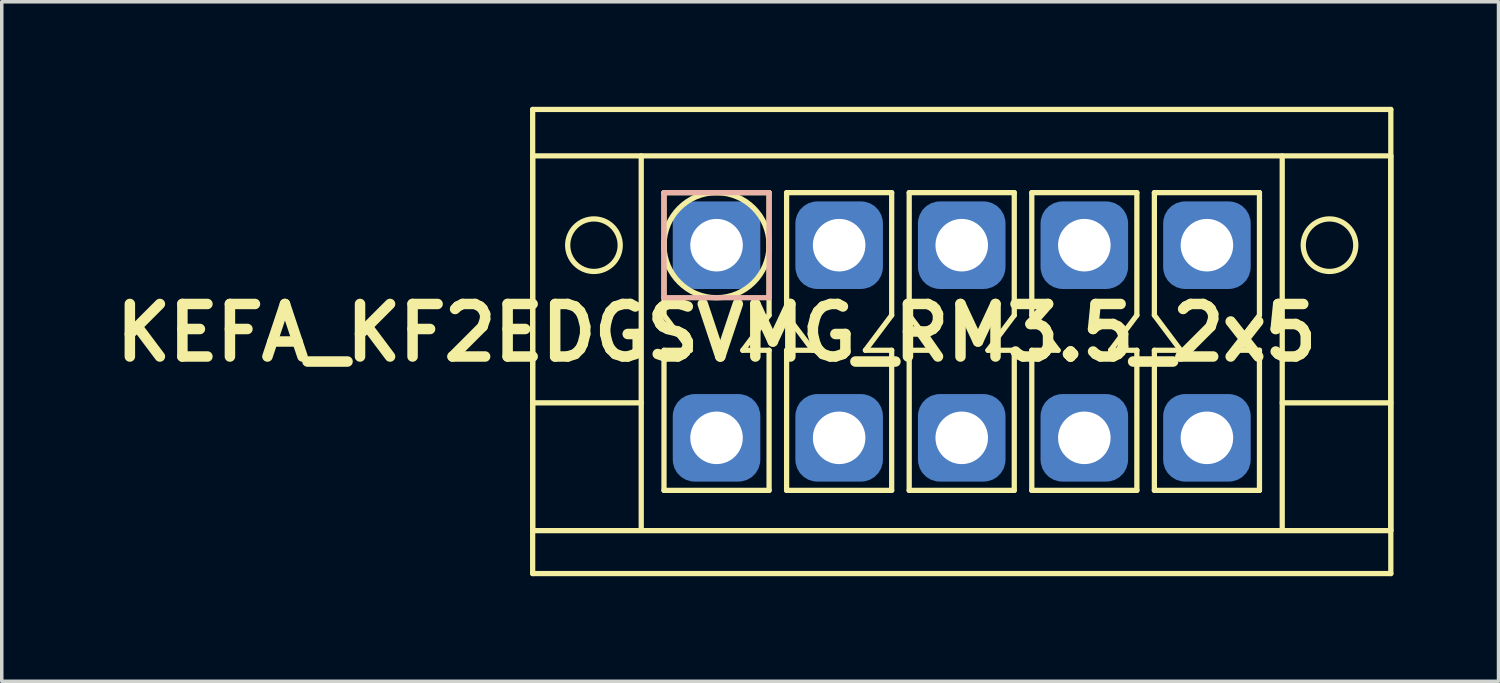
<source format=kicad_pcb>
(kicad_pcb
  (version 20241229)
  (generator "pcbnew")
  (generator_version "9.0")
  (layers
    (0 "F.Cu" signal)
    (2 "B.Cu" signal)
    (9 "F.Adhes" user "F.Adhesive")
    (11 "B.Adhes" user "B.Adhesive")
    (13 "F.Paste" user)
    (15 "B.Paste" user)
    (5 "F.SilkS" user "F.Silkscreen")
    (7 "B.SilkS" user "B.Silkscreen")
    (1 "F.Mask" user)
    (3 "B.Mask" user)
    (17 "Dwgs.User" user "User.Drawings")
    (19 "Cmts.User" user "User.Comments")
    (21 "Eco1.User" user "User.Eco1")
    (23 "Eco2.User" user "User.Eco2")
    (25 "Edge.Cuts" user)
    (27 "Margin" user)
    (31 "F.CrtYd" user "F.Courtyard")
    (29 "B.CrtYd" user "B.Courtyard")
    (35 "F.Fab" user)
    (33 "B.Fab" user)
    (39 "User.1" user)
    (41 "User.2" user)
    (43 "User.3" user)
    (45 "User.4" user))
  (footprint "KEFA_KF2EDGSVMG_RM3.5_2x5"
    (layer "F.Cu")
    (at 17.407 3.95)
    (property "Reference" "KEFA_KF2EDGSVMG_RM3.5_2x5" (at 0 2.5 0) (layer "F.SilkS") (effects (font (size 1.5 1.5) (thickness 0.3))))
    (attr through_hole)
    (fp_line (start -5.25 -3.875) (end 19.25 -3.875) (stroke (width 0.15) (type solid)) (layer "F.SilkS"))
    (fp_line (start -5.25 -2.55) (end 19.25 -2.55) (stroke (width 0.15) (type solid)) (layer "F.SilkS"))
    (fp_line (start -5.25 4.5) (end -2.15 4.5) (stroke (width 0.15) (type solid)) (layer "F.SilkS"))
    (fp_line (start -5.25 8.15) (end -5.25 -2.55) (stroke (width 0.15) (type solid)) (layer "F.SilkS"))
    (fp_line (start -5.25 9.375) (end -5.25 -3.875) (stroke (width 0.15) (type solid)) (layer "F.SilkS"))
    (fp_line (start -2.15 -2.55) (end -2.15 8.05) (stroke (width 0.15) (type solid)) (layer "F.SilkS"))
    (fp_line (start -1.5 -1.5) (end -1.5 2) (stroke (width 0.15) (type solid)) (layer "F.SilkS"))
    (fp_line (start -1.5 -1.5) (end 1.5 -1.5) (stroke (width 0.15) (type solid)) (layer "F.SilkS"))
    (fp_line (start -1.5 2) (end -0.75 3) (stroke (width 0.15) (type solid)) (layer "F.SilkS"))
    (fp_line (start -1.5 3) (end -1.5 7) (stroke (width 0.15) (type solid)) (layer "F.SilkS"))
    (fp_line (start -1.5 7) (end 1.5 7) (stroke (width 0.15) (type solid)) (layer "F.SilkS"))
    (fp_line (start -0.75 3) (end -1.5 3) (stroke (width 0.15) (type solid)) (layer "F.SilkS"))
    (fp_line (start 0.75 3) (end 1.5 3) (stroke (width 0.15) (type solid)) (layer "F.SilkS"))
    (fp_line (start 1.5 -1.5) (end 1.5 2) (stroke (width 0.15) (type solid)) (layer "F.SilkS"))
    (fp_line (start 1.5 2) (end 0.75 3) (stroke (width 0.15) (type solid)) (layer "F.SilkS"))
    (fp_line (start 1.5 3) (end 1.5 7) (stroke (width 0.15) (type solid)) (layer "F.SilkS"))
    (fp_line (start 2 -1.5) (end 2 2) (stroke (width 0.15) (type solid)) (layer "F.SilkS"))
    (fp_line (start 2 -1.5) (end 5 -1.5) (stroke (width 0.15) (type solid)) (layer "F.SilkS"))
    (fp_line (start 2 2) (end 2.75 3) (stroke (width 0.15) (type solid)) (layer "F.SilkS"))
    (fp_line (start 2 3) (end 2 7) (stroke (width 0.15) (type solid)) (layer "F.SilkS"))
    (fp_line (start 2 7) (end 5 7) (stroke (width 0.15) (type solid)) (layer "F.SilkS"))
    (fp_line (start 2.75 3) (end 2 3) (stroke (width 0.15) (type solid)) (layer "F.SilkS"))
    (fp_line (start 4.25 3) (end 5 3) (stroke (width 0.15) (type solid)) (layer "F.SilkS"))
    (fp_line (start 5 -1.5) (end 5 2) (stroke (width 0.15) (type solid)) (layer "F.SilkS"))
    (fp_line (start 5 2) (end 4.25 3) (stroke (width 0.15) (type solid)) (layer "F.SilkS"))
    (fp_line (start 5 3) (end 5 7) (stroke (width 0.15) (type solid)) (layer "F.SilkS"))
    (fp_line (start 5.5 -1.5) (end 5.5 2) (stroke (width 0.15) (type solid)) (layer "F.SilkS"))
    (fp_line (start 5.5 -1.5) (end 8.5 -1.5) (stroke (width 0.15) (type solid)) (layer "F.SilkS"))
    (fp_line (start 5.5 2) (end 6.25 3) (stroke (width 0.15) (type solid)) (layer "F.SilkS"))
    (fp_line (start 5.5 3) (end 5.5 7) (stroke (width 0.15) (type solid)) (layer "F.SilkS"))
    (fp_line (start 5.5 7) (end 8.5 7) (stroke (width 0.15) (type solid)) (layer "F.SilkS"))
    (fp_line (start 6.25 3) (end 5.5 3) (stroke (width 0.15) (type solid)) (layer "F.SilkS"))
    (fp_line (start 7.75 3) (end 8.5 3) (stroke (width 0.15) (type solid)) (layer "F.SilkS"))
    (fp_line (start 8.5 -1.5) (end 8.5 2) (stroke (width 0.15) (type solid)) (layer "F.SilkS"))
    (fp_line (start 8.5 2) (end 7.75 3) (stroke (width 0.15) (type solid)) (layer "F.SilkS"))
    (fp_line (start 8.5 3) (end 8.5 7) (stroke (width 0.15) (type solid)) (layer "F.SilkS"))
    (fp_line (start 9 -1.5) (end 9 2) (stroke (width 0.15) (type solid)) (layer "F.SilkS"))
    (fp_line (start 9 -1.5) (end 12 -1.5) (stroke (width 0.15) (type solid)) (layer "F.SilkS"))
    (fp_line (start 9 2) (end 9.75 3) (stroke (width 0.15) (type solid)) (layer "F.SilkS"))
    (fp_line (start 9 3) (end 9 7) (stroke (width 0.15) (type solid)) (layer "F.SilkS"))
    (fp_line (start 9 7) (end 12 7) (stroke (width 0.15) (type solid)) (layer "F.SilkS"))
    (fp_line (start 9.75 3) (end 9 3) (stroke (width 0.15) (type solid)) (layer "F.SilkS"))
    (fp_line (start 11.25 3) (end 12 3) (stroke (width 0.15) (type solid)) (layer "F.SilkS"))
    (fp_line (start 12 -1.5) (end 12 2) (stroke (width 0.15) (type solid)) (layer "F.SilkS"))
    (fp_line (start 12 2) (end 11.25 3) (stroke (width 0.15) (type solid)) (layer "F.SilkS"))
    (fp_line (start 12 3) (end 12 7) (stroke (width 0.15) (type solid)) (layer "F.SilkS"))
    (fp_line (start 12.5 -1.5) (end 12.5 2) (stroke (width 0.15) (type solid)) (layer "F.SilkS"))
    (fp_line (start 12.5 -1.5) (end 15.5 -1.5) (stroke (width 0.15) (type solid)) (layer "F.SilkS"))
    (fp_line (start 12.5 2) (end 13.25 3) (stroke (width 0.15) (type solid)) (layer "F.SilkS"))
    (fp_line (start 12.5 3) (end 12.5 7) (stroke (width 0.15) (type solid)) (layer "F.SilkS"))
    (fp_line (start 12.5 7) (end 15.5 7) (stroke (width 0.15) (type solid)) (layer "F.SilkS"))
    (fp_line (start 13.25 3) (end 12.5 3) (stroke (width 0.15) (type solid)) (layer "F.SilkS"))
    (fp_line (start 14.75 3) (end 15.5 3) (stroke (width 0.15) (type solid)) (layer "F.SilkS"))
    (fp_line (start 15.5 -1.5) (end 15.5 2) (stroke (width 0.15) (type solid)) (layer "F.SilkS"))
    (fp_line (start 15.5 2) (end 14.75 3) (stroke (width 0.15) (type solid)) (layer "F.SilkS"))
    (fp_line (start 15.5 3) (end 15.5 7) (stroke (width 0.15) (type solid)) (layer "F.SilkS"))
    (fp_line (start 16.15 -2.55) (end 16.15 8.05) (stroke (width 0.15) (type solid)) (layer "F.SilkS"))
    (fp_line (start 19.25 -3.875) (end 19.25 9.375) (stroke (width 0.15) (type solid)) (layer "F.SilkS"))
    (fp_line (start 19.25 -2.55) (end 19.25 8.15) (stroke (width 0.15) (type solid)) (layer "F.SilkS"))
    (fp_line (start 19.25 4.5) (end 16.15 4.5) (stroke (width 0.15) (type solid)) (layer "F.SilkS"))
    (fp_line (start 19.25 8.15) (end -5.25 8.15) (stroke (width 0.15) (type solid)) (layer "F.SilkS"))
    (fp_line (start 19.25 9.375) (end -5.25 9.375) (stroke (width 0.15) (type solid)) (layer "F.SilkS"))
    (fp_circle (center -3.5 0) (end -2.75 0) (stroke (width 0.15) (type solid)) (fill no) (layer "F.SilkS"))
    (fp_circle (center 0 0) (end 1.5 0) (stroke (width 0.15) (type solid)) (fill no) (layer "F.SilkS"))
    (fp_circle (center 17.5 0) (end 16.75 0) (stroke (width 0.15) (type solid)) (fill no) (layer "F.SilkS"))
    (fp_line (start -1.5 -1.5) (end 1.5 -1.5) (stroke (width 0.15) (type solid)) (layer "B.SilkS"))
    (fp_line (start -1.5 1.5) (end -1.5 -1.5) (stroke (width 0.15) (type solid)) (layer "B.SilkS"))
    (fp_line (start 1.5 -1.5) (end 1.5 1.5) (stroke (width 0.15) (type solid)) (layer "B.SilkS"))
    (fp_line (start 1.5 1.5) (end -1.5 1.5) (stroke (width 0.15) (type solid)) (layer "B.SilkS"))
    (pad "1" thru_hole circle (at 0 0) (size 1.8 1.8) (drill 1.5) (layers "*.Cu" "*.Mask"))
    (pad "1" smd roundrect (at 0 0) (size 2.5 2.5) (layers "B.Cu" "B.Mask") (roundrect_rratio 0.25))
    (pad "2" thru_hole circle (at 3.5 0) (size 1.8 1.8) (drill 1.5) (layers "*.Cu" "*.Mask"))
    (pad "2" smd roundrect (at 3.5 0) (size 2.5 2.5) (layers "B.Cu" "B.Mask") (roundrect_rratio 0.25))
    (pad "3" thru_hole circle (at 7 0) (size 1.8 1.8) (drill 1.5) (layers "*.Cu" "*.Mask"))
    (pad "3" smd roundrect (at 7 0) (size 2.5 2.5) (layers "B.Cu" "B.Mask") (roundrect_rratio 0.25))
    (pad "4" thru_hole circle (at 10.5 0) (size 1.8 1.8) (drill 1.5) (layers "*.Cu" "*.Mask"))
    (pad "4" smd roundrect (at 10.5 0) (size 2.5 2.5) (layers "B.Cu" "B.Mask") (roundrect_rratio 0.25))
    (pad "5" thru_hole circle (at 14 0) (size 1.8 1.8) (drill 1.5) (layers "*.Cu" "*.Mask"))
    (pad "5" smd roundrect (at 14 0) (size 2.5 2.5) (layers "B.Cu" "B.Mask") (roundrect_rratio 0.25))
    (pad "6" thru_hole circle (at 0 5.5) (size 1.8 1.8) (drill 1.5) (layers "*.Cu" "*.Mask"))
    (pad "6" smd roundrect (at 0 5.5) (size 2.5 2.5) (layers "B.Cu" "B.Mask") (roundrect_rratio 0.25))
    (pad "7" thru_hole circle (at 3.5 5.5) (size 1.8 1.8) (drill 1.5) (layers "*.Cu" "*.Mask"))
    (pad "7" smd roundrect (at 3.5 5.5) (size 2.5 2.5) (layers "B.Cu" "B.Mask") (roundrect_rratio 0.25))
    (pad "8" thru_hole circle (at 7 5.5) (size 1.8 1.8) (drill 1.5) (layers "*.Cu" "*.Mask"))
    (pad "8" smd roundrect (at 7 5.5) (size 2.5 2.5) (layers "B.Cu" "B.Mask") (roundrect_rratio 0.25))
    (pad "9" thru_hole circle (at 10.5 5.5) (size 1.8 1.8) (drill 1.5) (layers "*.Cu" "*.Mask"))
    (pad "9" smd roundrect (at 10.5 5.5) (size 2.5 2.5) (layers "B.Cu" "B.Mask") (roundrect_rratio 0.25))
    (pad "10" thru_hole circle (at 14 5.5) (size 1.8 1.8) (drill 1.5) (layers "*.Cu" "*.Mask"))
    (pad "10" smd roundrect (at 14 5.5) (size 2.5 2.5) (layers "B.Cu" "B.Mask") (roundrect_rratio 0.25)))
  (gr_rect
    (start -3 -3)
    (end 39.732 16.4)
    (stroke (width 0.1) (type default))
    (fill no)
    (layer "Edge.Cuts")))
</source>
